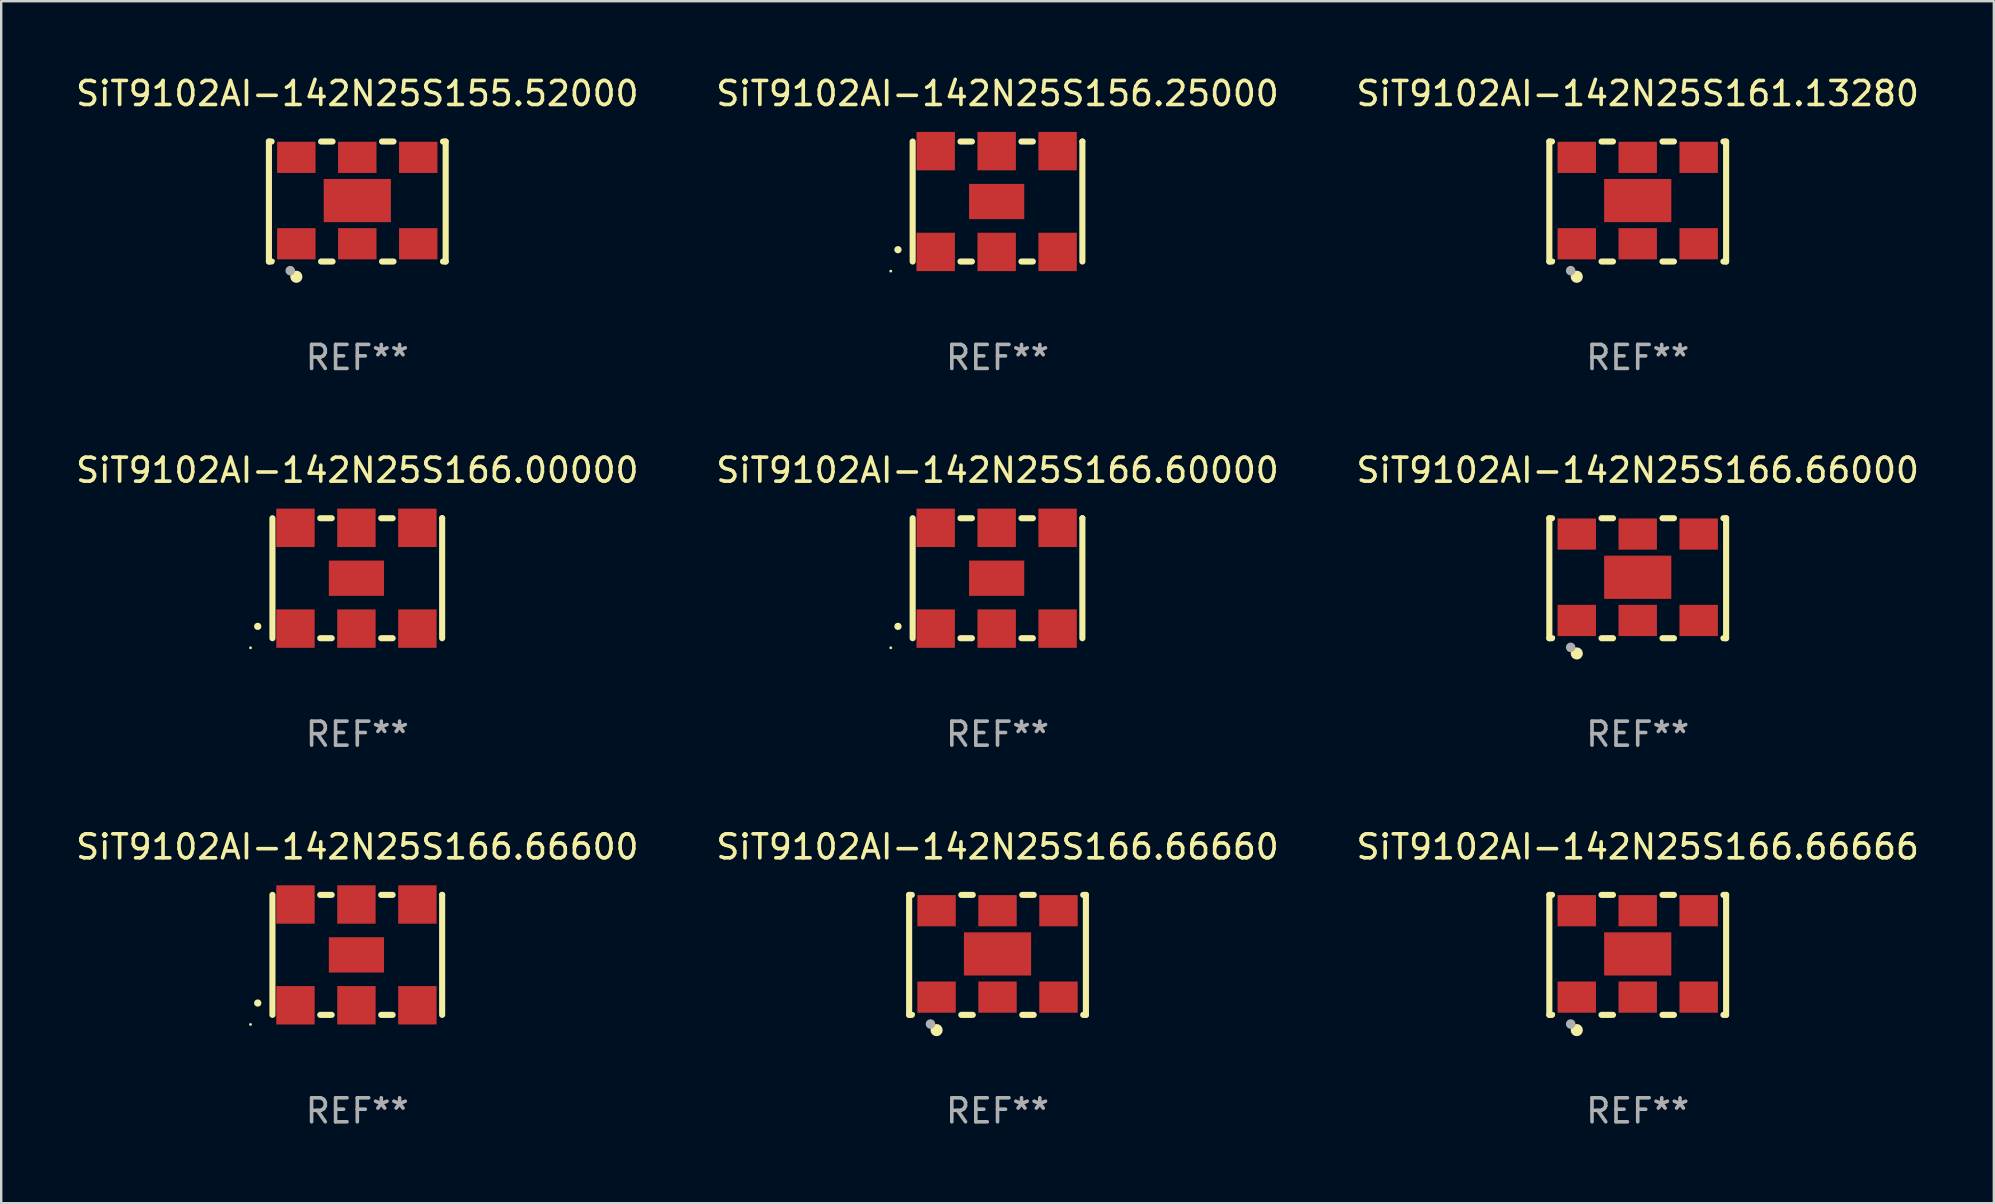
<source format=kicad_pcb>
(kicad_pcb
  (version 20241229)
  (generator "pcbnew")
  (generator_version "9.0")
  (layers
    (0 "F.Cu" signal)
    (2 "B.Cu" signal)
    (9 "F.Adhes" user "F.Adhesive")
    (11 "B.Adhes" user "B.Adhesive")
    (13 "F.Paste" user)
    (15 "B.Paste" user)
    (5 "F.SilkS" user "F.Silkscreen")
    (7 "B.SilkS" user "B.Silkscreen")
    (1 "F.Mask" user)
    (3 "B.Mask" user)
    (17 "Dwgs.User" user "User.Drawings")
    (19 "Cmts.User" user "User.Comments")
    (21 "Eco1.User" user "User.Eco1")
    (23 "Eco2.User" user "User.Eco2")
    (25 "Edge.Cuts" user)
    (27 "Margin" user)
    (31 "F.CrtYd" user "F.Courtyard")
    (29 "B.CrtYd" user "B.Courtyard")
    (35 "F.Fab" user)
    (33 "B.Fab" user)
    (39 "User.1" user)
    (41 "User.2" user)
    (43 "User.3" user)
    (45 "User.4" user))
  (footprint "SiT9102AI-142N25S161.13280"
    (layer "F.Cu")
    (at 65.196 5.348)
    (property "Reference" "SiT9102AI-142N25S161.13280" (at 0 -4.5 0) (layer "F.SilkS") (effects (font (size 1 1) (thickness 0.15))))
    (attr through_hole)
    (fp_line (start -3.683 -2.5) (end -3.571 -2.5) (stroke (width 0.254) (type solid)) (layer "F.SilkS"))
    (fp_line (start -3.683 2.5) (end -3.683 -2.5) (stroke (width 0.254) (type solid)) (layer "F.SilkS"))
    (fp_line (start -3.683 2.5) (end -3.571 2.5) (stroke (width 0.254) (type solid)) (layer "F.SilkS"))
    (fp_line (start -1.509 -2.5) (end -1.031 -2.5) (stroke (width 0.254) (type solid)) (layer "F.SilkS"))
    (fp_line (start -1.509 2.5) (end -1.031 2.5) (stroke (width 0.254) (type solid)) (layer "F.SilkS"))
    (fp_line (start 1.031 -2.5) (end 1.509 -2.5) (stroke (width 0.254) (type solid)) (layer "F.SilkS"))
    (fp_line (start 1.031 2.5) (end 1.509 2.5) (stroke (width 0.254) (type solid)) (layer "F.SilkS"))
    (fp_line (start 3.571 -2.5) (end 3.683 -2.5) (stroke (width 0.254) (type solid)) (layer "F.SilkS"))
    (fp_line (start 3.571 2.5) (end 3.683 2.5) (stroke (width 0.254) (type solid)) (layer "F.SilkS"))
    (fp_line (start 3.683 2.5) (end 3.683 -2.5) (stroke (width 0.254) (type solid)) (layer "F.SilkS"))
    (fp_circle (center -3.5 2.46) (end -3.47 2.46) (stroke (width 0.06) (type solid)) (fill no) (layer "F.SilkS"))
    (fp_circle (center -2.54 3.135) (end -2.413 3.135) (stroke (width 0.254) (type solid)) (fill no) (layer "F.SilkS"))
    (fp_circle (center -2.794 2.881) (end -2.694 2.881) (stroke (width 0.2) (type solid)) (fill no) (layer "F.Fab"))
    (fp_text user "REF**" (at 0 6.5 0) (layer "F.Fab") (effects (font (size 1 1) (thickness 0.15))))
    (pad "1" smd rect (at -2.54 1.76) (size 1.6 1.3) (layers "F.Cu" "F.Mask" "F.Paste"))
    (pad "2" smd rect (at 0 1.76) (size 1.6 1.3) (layers "F.Cu" "F.Mask" "F.Paste"))
    (pad "3" smd rect (at 2.54 1.76) (size 1.6 1.3) (layers "F.Cu" "F.Mask" "F.Paste"))
    (pad "4" smd rect (at 2.54 -1.84) (size 1.6 1.3) (layers "F.Cu" "F.Mask" "F.Paste"))
    (pad "5" smd rect (at 0 -1.84) (size 1.6 1.3) (layers "F.Cu" "F.Mask" "F.Paste"))
    (pad "6" smd rect (at -2.54 -1.84) (size 1.6 1.3) (layers "F.Cu" "F.Mask" "F.Paste"))
    (pad "7" smd rect (at 0 -0.04) (size 2.8 1.8) (layers "F.Cu" "F.Mask" "F.Paste")))
  (footprint "SiT9102AI-142N25S166.66000"
    (layer "F.Cu")
    (at 65.196 21.045)
    (property "Reference" "SiT9102AI-142N25S166.66000" (at 0 -4.5 0) (layer "F.SilkS") (effects (font (size 1 1) (thickness 0.15))))
    (attr through_hole)
    (fp_line (start -3.683 -2.5) (end -3.571 -2.5) (stroke (width 0.254) (type solid)) (layer "F.SilkS"))
    (fp_line (start -3.683 2.5) (end -3.683 -2.5) (stroke (width 0.254) (type solid)) (layer "F.SilkS"))
    (fp_line (start -3.683 2.5) (end -3.571 2.5) (stroke (width 0.254) (type solid)) (layer "F.SilkS"))
    (fp_line (start -1.509 -2.5) (end -1.031 -2.5) (stroke (width 0.254) (type solid)) (layer "F.SilkS"))
    (fp_line (start -1.509 2.5) (end -1.031 2.5) (stroke (width 0.254) (type solid)) (layer "F.SilkS"))
    (fp_line (start 1.031 -2.5) (end 1.509 -2.5) (stroke (width 0.254) (type solid)) (layer "F.SilkS"))
    (fp_line (start 1.031 2.5) (end 1.509 2.5) (stroke (width 0.254) (type solid)) (layer "F.SilkS"))
    (fp_line (start 3.571 -2.5) (end 3.683 -2.5) (stroke (width 0.254) (type solid)) (layer "F.SilkS"))
    (fp_line (start 3.571 2.5) (end 3.683 2.5) (stroke (width 0.254) (type solid)) (layer "F.SilkS"))
    (fp_line (start 3.683 2.5) (end 3.683 -2.5) (stroke (width 0.254) (type solid)) (layer "F.SilkS"))
    (fp_circle (center -3.5 2.46) (end -3.47 2.46) (stroke (width 0.06) (type solid)) (fill no) (layer "F.SilkS"))
    (fp_circle (center -2.54 3.135) (end -2.413 3.135) (stroke (width 0.254) (type solid)) (fill no) (layer "F.SilkS"))
    (fp_circle (center -2.794 2.881) (end -2.694 2.881) (stroke (width 0.2) (type solid)) (fill no) (layer "F.Fab"))
    (fp_text user "REF**" (at 0 6.5 0) (layer "F.Fab") (effects (font (size 1 1) (thickness 0.15))))
    (pad "1" smd rect (at -2.54 1.76) (size 1.6 1.3) (layers "F.Cu" "F.Mask" "F.Paste"))
    (pad "2" smd rect (at 0 1.76) (size 1.6 1.3) (layers "F.Cu" "F.Mask" "F.Paste"))
    (pad "3" smd rect (at 2.54 1.76) (size 1.6 1.3) (layers "F.Cu" "F.Mask" "F.Paste"))
    (pad "4" smd rect (at 2.54 -1.84) (size 1.6 1.3) (layers "F.Cu" "F.Mask" "F.Paste"))
    (pad "5" smd rect (at 0 -1.84) (size 1.6 1.3) (layers "F.Cu" "F.Mask" "F.Paste"))
    (pad "6" smd rect (at -2.54 -1.84) (size 1.6 1.3) (layers "F.Cu" "F.Mask" "F.Paste"))
    (pad "7" smd rect (at 0 -0.04) (size 2.8 1.8) (layers "F.Cu" "F.Mask" "F.Paste")))
  (footprint "SiT9102AI-142N25S166.66660"
    (layer "F.Cu")
    (at 38.518 36.741)
    (property "Reference" "SiT9102AI-142N25S166.66660" (at 0 -4.5 0) (layer "F.SilkS") (effects (font (size 1 1) (thickness 0.15))))
    (attr through_hole)
    (fp_line (start -3.683 -2.5) (end -3.571 -2.5) (stroke (width 0.254) (type solid)) (layer "F.SilkS"))
    (fp_line (start -3.683 2.5) (end -3.683 -2.5) (stroke (width 0.254) (type solid)) (layer "F.SilkS"))
    (fp_line (start -3.683 2.5) (end -3.571 2.5) (stroke (width 0.254) (type solid)) (layer "F.SilkS"))
    (fp_line (start -1.509 -2.5) (end -1.031 -2.5) (stroke (width 0.254) (type solid)) (layer "F.SilkS"))
    (fp_line (start -1.509 2.5) (end -1.031 2.5) (stroke (width 0.254) (type solid)) (layer "F.SilkS"))
    (fp_line (start 1.031 -2.5) (end 1.509 -2.5) (stroke (width 0.254) (type solid)) (layer "F.SilkS"))
    (fp_line (start 1.031 2.5) (end 1.509 2.5) (stroke (width 0.254) (type solid)) (layer "F.SilkS"))
    (fp_line (start 3.571 -2.5) (end 3.683 -2.5) (stroke (width 0.254) (type solid)) (layer "F.SilkS"))
    (fp_line (start 3.571 2.5) (end 3.683 2.5) (stroke (width 0.254) (type solid)) (layer "F.SilkS"))
    (fp_line (start 3.683 2.5) (end 3.683 -2.5) (stroke (width 0.254) (type solid)) (layer "F.SilkS"))
    (fp_circle (center -3.5 2.46) (end -3.47 2.46) (stroke (width 0.06) (type solid)) (fill no) (layer "F.SilkS"))
    (fp_circle (center -2.54 3.135) (end -2.413 3.135) (stroke (width 0.254) (type solid)) (fill no) (layer "F.SilkS"))
    (fp_circle (center -2.794 2.881) (end -2.694 2.881) (stroke (width 0.2) (type solid)) (fill no) (layer "F.Fab"))
    (fp_text user "REF**" (at 0 6.5 0) (layer "F.Fab") (effects (font (size 1 1) (thickness 0.15))))
    (pad "1" smd rect (at -2.54 1.76) (size 1.6 1.3) (layers "F.Cu" "F.Mask" "F.Paste"))
    (pad "2" smd rect (at 0 1.76) (size 1.6 1.3) (layers "F.Cu" "F.Mask" "F.Paste"))
    (pad "3" smd rect (at 2.54 1.76) (size 1.6 1.3) (layers "F.Cu" "F.Mask" "F.Paste"))
    (pad "4" smd rect (at 2.54 -1.84) (size 1.6 1.3) (layers "F.Cu" "F.Mask" "F.Paste"))
    (pad "5" smd rect (at 0 -1.84) (size 1.6 1.3) (layers "F.Cu" "F.Mask" "F.Paste"))
    (pad "6" smd rect (at -2.54 -1.84) (size 1.6 1.3) (layers "F.Cu" "F.Mask" "F.Paste"))
    (pad "7" smd rect (at 0 -0.04) (size 2.8 1.8) (layers "F.Cu" "F.Mask" "F.Paste")))
  (footprint "SiT9102AI-142N25S155.52000"
    (layer "F.Cu")
    (at 11.839 5.348)
    (property "Reference" "SiT9102AI-142N25S155.52000" (at 0 -4.5 0) (layer "F.SilkS") (effects (font (size 1 1) (thickness 0.15))))
    (attr through_hole)
    (fp_line (start -3.683 -2.5) (end -3.571 -2.5) (stroke (width 0.254) (type solid)) (layer "F.SilkS"))
    (fp_line (start -3.683 2.5) (end -3.683 -2.5) (stroke (width 0.254) (type solid)) (layer "F.SilkS"))
    (fp_line (start -3.683 2.5) (end -3.571 2.5) (stroke (width 0.254) (type solid)) (layer "F.SilkS"))
    (fp_line (start -1.509 -2.5) (end -1.031 -2.5) (stroke (width 0.254) (type solid)) (layer "F.SilkS"))
    (fp_line (start -1.509 2.5) (end -1.031 2.5) (stroke (width 0.254) (type solid)) (layer "F.SilkS"))
    (fp_line (start 1.031 -2.5) (end 1.509 -2.5) (stroke (width 0.254) (type solid)) (layer "F.SilkS"))
    (fp_line (start 1.031 2.5) (end 1.509 2.5) (stroke (width 0.254) (type solid)) (layer "F.SilkS"))
    (fp_line (start 3.571 -2.5) (end 3.683 -2.5) (stroke (width 0.254) (type solid)) (layer "F.SilkS"))
    (fp_line (start 3.571 2.5) (end 3.683 2.5) (stroke (width 0.254) (type solid)) (layer "F.SilkS"))
    (fp_line (start 3.683 2.5) (end 3.683 -2.5) (stroke (width 0.254) (type solid)) (layer "F.SilkS"))
    (fp_circle (center -3.5 2.46) (end -3.47 2.46) (stroke (width 0.06) (type solid)) (fill no) (layer "F.SilkS"))
    (fp_circle (center -2.54 3.135) (end -2.413 3.135) (stroke (width 0.254) (type solid)) (fill no) (layer "F.SilkS"))
    (fp_circle (center -2.794 2.881) (end -2.694 2.881) (stroke (width 0.2) (type solid)) (fill no) (layer "F.Fab"))
    (fp_text user "REF**" (at 0 6.5 0) (layer "F.Fab") (effects (font (size 1 1) (thickness 0.15))))
    (pad "1" smd rect (at -2.54 1.76) (size 1.6 1.3) (layers "F.Cu" "F.Mask" "F.Paste"))
    (pad "2" smd rect (at 0 1.76) (size 1.6 1.3) (layers "F.Cu" "F.Mask" "F.Paste"))
    (pad "3" smd rect (at 2.54 1.76) (size 1.6 1.3) (layers "F.Cu" "F.Mask" "F.Paste"))
    (pad "4" smd rect (at 2.54 -1.84) (size 1.6 1.3) (layers "F.Cu" "F.Mask" "F.Paste"))
    (pad "5" smd rect (at 0 -1.84) (size 1.6 1.3) (layers "F.Cu" "F.Mask" "F.Paste"))
    (pad "6" smd rect (at -2.54 -1.84) (size 1.6 1.3) (layers "F.Cu" "F.Mask" "F.Paste"))
    (pad "7" smd rect (at 0 -0.04) (size 2.8 1.8) (layers "F.Cu" "F.Mask" "F.Paste")))
  (footprint "SiT9102AI-142N25S156.25000"
    (layer "F.Cu")
    (at 38.518 5.348)
    (property "Reference" "SiT9102AI-142N25S156.25000" (at 0 -4.5 0) (layer "F.SilkS") (effects (font (size 1 1) (thickness 0.15))))
    (attr through_hole)
    (fp_line (start -3.536 -2.5) (end -3.536 2.5) (stroke (width 0.254) (type solid)) (layer "F.SilkS"))
    (fp_line (start -1.544 2.5) (end -1.067 2.5) (stroke (width 0.254) (type solid)) (layer "F.SilkS"))
    (fp_line (start -1.067 -2.5) (end -1.544 -2.5) (stroke (width 0.254) (type solid)) (layer "F.SilkS"))
    (fp_line (start 0.996 2.5) (end 1.473 2.5) (stroke (width 0.254) (type solid)) (layer "F.SilkS"))
    (fp_line (start 1.473 -2.5) (end 0.996 -2.5) (stroke (width 0.254) (type solid)) (layer "F.SilkS"))
    (fp_line (start 3.536 -2.5) (end 3.536 -2.5) (stroke (width 0.254) (type solid)) (layer "F.SilkS"))
    (fp_line (start 3.536 2.5) (end 3.536 -2.5) (stroke (width 0.254) (type solid)) (layer "F.SilkS"))
    (fp_arc (start -4.150432 2.006604) (mid -4.149162 2.006599) (end -4.147892 2.006604) (stroke (width 0.3) (type solid)) (layer "F.SilkS"))
    (fp_circle (center -4.449 2.9) (end -4.419 2.9) (stroke (width 0.06) (type solid)) (fill no) (layer "F.SilkS"))
    (fp_text user "REF**" (at 0 6.5 0) (layer "F.Fab") (effects (font (size 1 1) (thickness 0.15))))
    (pad "1" smd rect (at -2.576 2.1) (size 1.6 1.6) (layers "F.Cu" "F.Mask" "F.Paste"))
    (pad "2" smd rect (at -0.036 2.1) (size 1.6 1.6) (layers "F.Cu" "F.Mask" "F.Paste"))
    (pad "3" smd rect (at 2.504 2.1) (size 1.6 1.6) (layers "F.Cu" "F.Mask" "F.Paste"))
    (pad "4" smd rect (at 2.504 -2.1) (size 1.6 1.6) (layers "F.Cu" "F.Mask" "F.Paste"))
    (pad "5" smd rect (at -0.036 -2.1) (size 1.6 1.6) (layers "F.Cu" "F.Mask" "F.Paste"))
    (pad "6" smd rect (at -2.576 -2.1) (size 1.6 1.6) (layers "F.Cu" "F.Mask" "F.Paste"))
    (pad "7" smd rect (at -0.036 0) (size 2.3 1.47) (layers "F.Cu" "F.Mask" "F.Paste")))
  (footprint "SiT9102AI-142N25S166.66666"
    (layer "F.Cu")
    (at 65.196 36.741)
    (property "Reference" "SiT9102AI-142N25S166.66666" (at 0 -4.5 0) (layer "F.SilkS") (effects (font (size 1 1) (thickness 0.15))))
    (attr through_hole)
    (fp_line (start -3.683 -2.5) (end -3.571 -2.5) (stroke (width 0.254) (type solid)) (layer "F.SilkS"))
    (fp_line (start -3.683 2.5) (end -3.683 -2.5) (stroke (width 0.254) (type solid)) (layer "F.SilkS"))
    (fp_line (start -3.683 2.5) (end -3.571 2.5) (stroke (width 0.254) (type solid)) (layer "F.SilkS"))
    (fp_line (start -1.509 -2.5) (end -1.031 -2.5) (stroke (width 0.254) (type solid)) (layer "F.SilkS"))
    (fp_line (start -1.509 2.5) (end -1.031 2.5) (stroke (width 0.254) (type solid)) (layer "F.SilkS"))
    (fp_line (start 1.031 -2.5) (end 1.509 -2.5) (stroke (width 0.254) (type solid)) (layer "F.SilkS"))
    (fp_line (start 1.031 2.5) (end 1.509 2.5) (stroke (width 0.254) (type solid)) (layer "F.SilkS"))
    (fp_line (start 3.571 -2.5) (end 3.683 -2.5) (stroke (width 0.254) (type solid)) (layer "F.SilkS"))
    (fp_line (start 3.571 2.5) (end 3.683 2.5) (stroke (width 0.254) (type solid)) (layer "F.SilkS"))
    (fp_line (start 3.683 2.5) (end 3.683 -2.5) (stroke (width 0.254) (type solid)) (layer "F.SilkS"))
    (fp_circle (center -3.5 2.46) (end -3.47 2.46) (stroke (width 0.06) (type solid)) (fill no) (layer "F.SilkS"))
    (fp_circle (center -2.54 3.135) (end -2.413 3.135) (stroke (width 0.254) (type solid)) (fill no) (layer "F.SilkS"))
    (fp_circle (center -2.794 2.881) (end -2.694 2.881) (stroke (width 0.2) (type solid)) (fill no) (layer "F.Fab"))
    (fp_text user "REF**" (at 0 6.5 0) (layer "F.Fab") (effects (font (size 1 1) (thickness 0.15))))
    (pad "1" smd rect (at -2.54 1.76) (size 1.6 1.3) (layers "F.Cu" "F.Mask" "F.Paste"))
    (pad "2" smd rect (at 0 1.76) (size 1.6 1.3) (layers "F.Cu" "F.Mask" "F.Paste"))
    (pad "3" smd rect (at 2.54 1.76) (size 1.6 1.3) (layers "F.Cu" "F.Mask" "F.Paste"))
    (pad "4" smd rect (at 2.54 -1.84) (size 1.6 1.3) (layers "F.Cu" "F.Mask" "F.Paste"))
    (pad "5" smd rect (at 0 -1.84) (size 1.6 1.3) (layers "F.Cu" "F.Mask" "F.Paste"))
    (pad "6" smd rect (at -2.54 -1.84) (size 1.6 1.3) (layers "F.Cu" "F.Mask" "F.Paste"))
    (pad "7" smd rect (at 0 -0.04) (size 2.8 1.8) (layers "F.Cu" "F.Mask" "F.Paste")))
  (footprint "SiT9102AI-142N25S166.66600"
    (layer "F.Cu")
    (at 11.839 36.741)
    (property "Reference" "SiT9102AI-142N25S166.66600" (at 0 -4.5 0) (layer "F.SilkS") (effects (font (size 1 1) (thickness 0.15))))
    (attr through_hole)
    (fp_line (start -3.536 -2.5) (end -3.536 2.5) (stroke (width 0.254) (type solid)) (layer "F.SilkS"))
    (fp_line (start -1.544 2.5) (end -1.067 2.5) (stroke (width 0.254) (type solid)) (layer "F.SilkS"))
    (fp_line (start -1.067 -2.5) (end -1.544 -2.5) (stroke (width 0.254) (type solid)) (layer "F.SilkS"))
    (fp_line (start 0.996 2.5) (end 1.473 2.5) (stroke (width 0.254) (type solid)) (layer "F.SilkS"))
    (fp_line (start 1.473 -2.5) (end 0.996 -2.5) (stroke (width 0.254) (type solid)) (layer "F.SilkS"))
    (fp_line (start 3.536 -2.5) (end 3.536 -2.5) (stroke (width 0.254) (type solid)) (layer "F.SilkS"))
    (fp_line (start 3.536 2.5) (end 3.536 -2.5) (stroke (width 0.254) (type solid)) (layer "F.SilkS"))
    (fp_arc (start -4.150432 2.006604) (mid -4.149162 2.006599) (end -4.147892 2.006604) (stroke (width 0.3) (type solid)) (layer "F.SilkS"))
    (fp_circle (center -4.449 2.9) (end -4.419 2.9) (stroke (width 0.06) (type solid)) (fill no) (layer "F.SilkS"))
    (fp_text user "REF**" (at 0 6.5 0) (layer "F.Fab") (effects (font (size 1 1) (thickness 0.15))))
    (pad "1" smd rect (at -2.576 2.1) (size 1.6 1.6) (layers "F.Cu" "F.Mask" "F.Paste"))
    (pad "2" smd rect (at -0.036 2.1) (size 1.6 1.6) (layers "F.Cu" "F.Mask" "F.Paste"))
    (pad "3" smd rect (at 2.504 2.1) (size 1.6 1.6) (layers "F.Cu" "F.Mask" "F.Paste"))
    (pad "4" smd rect (at 2.504 -2.1) (size 1.6 1.6) (layers "F.Cu" "F.Mask" "F.Paste"))
    (pad "5" smd rect (at -0.036 -2.1) (size 1.6 1.6) (layers "F.Cu" "F.Mask" "F.Paste"))
    (pad "6" smd rect (at -2.576 -2.1) (size 1.6 1.6) (layers "F.Cu" "F.Mask" "F.Paste"))
    (pad "7" smd rect (at -0.036 0) (size 2.3 1.47) (layers "F.Cu" "F.Mask" "F.Paste")))
  (footprint "SiT9102AI-142N25S166.00000"
    (layer "F.Cu")
    (at 11.839 21.045)
    (property "Reference" "SiT9102AI-142N25S166.00000" (at 0 -4.5 0) (layer "F.SilkS") (effects (font (size 1 1) (thickness 0.15))))
    (attr through_hole)
    (fp_line (start -3.536 -2.5) (end -3.536 2.5) (stroke (width 0.254) (type solid)) (layer "F.SilkS"))
    (fp_line (start -1.544 2.5) (end -1.067 2.5) (stroke (width 0.254) (type solid)) (layer "F.SilkS"))
    (fp_line (start -1.067 -2.5) (end -1.544 -2.5) (stroke (width 0.254) (type solid)) (layer "F.SilkS"))
    (fp_line (start 0.996 2.5) (end 1.473 2.5) (stroke (width 0.254) (type solid)) (layer "F.SilkS"))
    (fp_line (start 1.473 -2.5) (end 0.996 -2.5) (stroke (width 0.254) (type solid)) (layer "F.SilkS"))
    (fp_line (start 3.536 -2.5) (end 3.536 -2.5) (stroke (width 0.254) (type solid)) (layer "F.SilkS"))
    (fp_line (start 3.536 2.5) (end 3.536 -2.5) (stroke (width 0.254) (type solid)) (layer "F.SilkS"))
    (fp_arc (start -4.150432 2.006604) (mid -4.149162 2.006599) (end -4.147892 2.006604) (stroke (width 0.3) (type solid)) (layer "F.SilkS"))
    (fp_circle (center -4.449 2.9) (end -4.419 2.9) (stroke (width 0.06) (type solid)) (fill no) (layer "F.SilkS"))
    (fp_text user "REF**" (at 0 6.5 0) (layer "F.Fab") (effects (font (size 1 1) (thickness 0.15))))
    (pad "1" smd rect (at -2.576 2.1) (size 1.6 1.6) (layers "F.Cu" "F.Mask" "F.Paste"))
    (pad "2" smd rect (at -0.036 2.1) (size 1.6 1.6) (layers "F.Cu" "F.Mask" "F.Paste"))
    (pad "3" smd rect (at 2.504 2.1) (size 1.6 1.6) (layers "F.Cu" "F.Mask" "F.Paste"))
    (pad "4" smd rect (at 2.504 -2.1) (size 1.6 1.6) (layers "F.Cu" "F.Mask" "F.Paste"))
    (pad "5" smd rect (at -0.036 -2.1) (size 1.6 1.6) (layers "F.Cu" "F.Mask" "F.Paste"))
    (pad "6" smd rect (at -2.576 -2.1) (size 1.6 1.6) (layers "F.Cu" "F.Mask" "F.Paste"))
    (pad "7" smd rect (at -0.036 0) (size 2.3 1.47) (layers "F.Cu" "F.Mask" "F.Paste")))
  (footprint "SiT9102AI-142N25S166.60000"
    (layer "F.Cu")
    (at 38.518 21.045)
    (property "Reference" "SiT9102AI-142N25S166.60000" (at 0 -4.5 0) (layer "F.SilkS") (effects (font (size 1 1) (thickness 0.15))))
    (attr through_hole)
    (fp_line (start -3.536 -2.5) (end -3.536 2.5) (stroke (width 0.254) (type solid)) (layer "F.SilkS"))
    (fp_line (start -1.544 2.5) (end -1.067 2.5) (stroke (width 0.254) (type solid)) (layer "F.SilkS"))
    (fp_line (start -1.067 -2.5) (end -1.544 -2.5) (stroke (width 0.254) (type solid)) (layer "F.SilkS"))
    (fp_line (start 0.996 2.5) (end 1.473 2.5) (stroke (width 0.254) (type solid)) (layer "F.SilkS"))
    (fp_line (start 1.473 -2.5) (end 0.996 -2.5) (stroke (width 0.254) (type solid)) (layer "F.SilkS"))
    (fp_line (start 3.536 -2.5) (end 3.536 -2.5) (stroke (width 0.254) (type solid)) (layer "F.SilkS"))
    (fp_line (start 3.536 2.5) (end 3.536 -2.5) (stroke (width 0.254) (type solid)) (layer "F.SilkS"))
    (fp_arc (start -4.150432 2.006604) (mid -4.149162 2.006599) (end -4.147892 2.006604) (stroke (width 0.3) (type solid)) (layer "F.SilkS"))
    (fp_circle (center -4.449 2.9) (end -4.419 2.9) (stroke (width 0.06) (type solid)) (fill no) (layer "F.SilkS"))
    (fp_text user "REF**" (at 0 6.5 0) (layer "F.Fab") (effects (font (size 1 1) (thickness 0.15))))
    (pad "1" smd rect (at -2.576 2.1) (size 1.6 1.6) (layers "F.Cu" "F.Mask" "F.Paste"))
    (pad "2" smd rect (at -0.036 2.1) (size 1.6 1.6) (layers "F.Cu" "F.Mask" "F.Paste"))
    (pad "3" smd rect (at 2.504 2.1) (size 1.6 1.6) (layers "F.Cu" "F.Mask" "F.Paste"))
    (pad "4" smd rect (at 2.504 -2.1) (size 1.6 1.6) (layers "F.Cu" "F.Mask" "F.Paste"))
    (pad "5" smd rect (at -0.036 -2.1) (size 1.6 1.6) (layers "F.Cu" "F.Mask" "F.Paste"))
    (pad "6" smd rect (at -2.576 -2.1) (size 1.6 1.6) (layers "F.Cu" "F.Mask" "F.Paste"))
    (pad "7" smd rect (at -0.036 0) (size 2.3 1.47) (layers "F.Cu" "F.Mask" "F.Paste")))
  (gr_rect
    (start -3 -3)
    (end 80.036 47.09)
    (stroke (width 0.1) (type default))
    (fill no)
    (layer "Edge.Cuts")))
</source>
